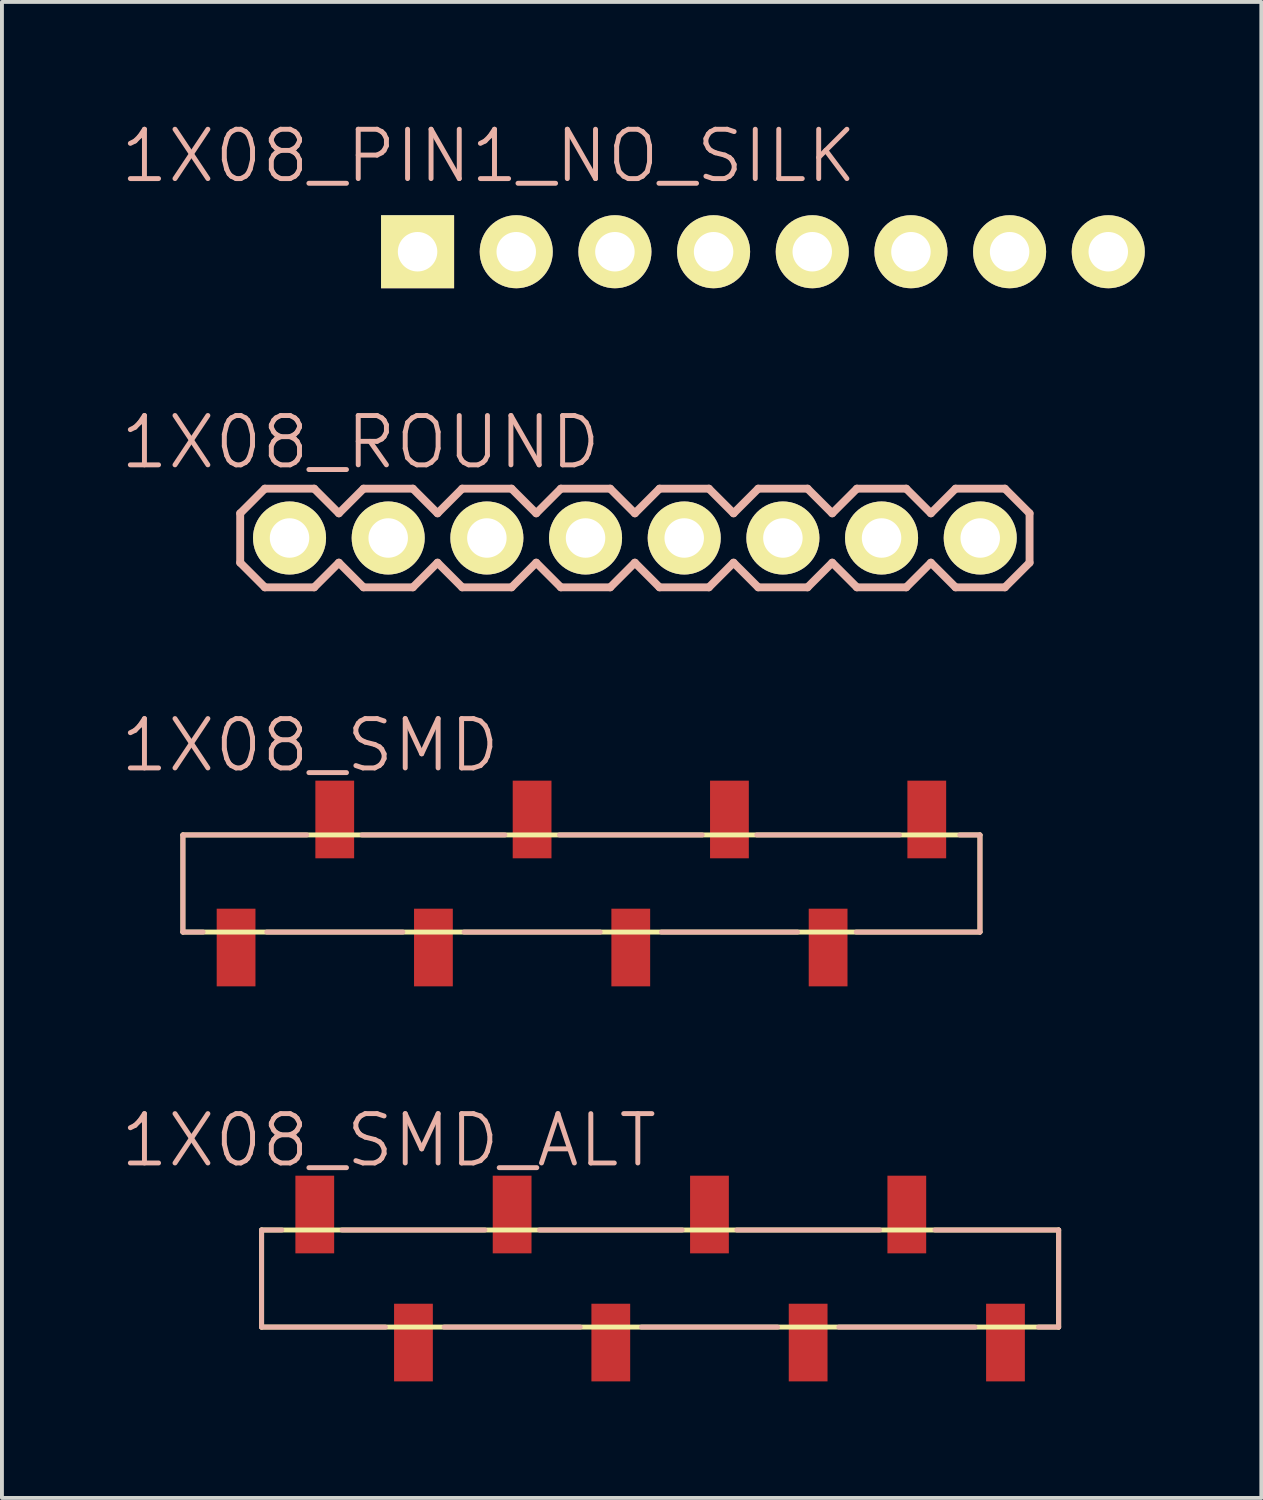
<source format=kicad_pcb>
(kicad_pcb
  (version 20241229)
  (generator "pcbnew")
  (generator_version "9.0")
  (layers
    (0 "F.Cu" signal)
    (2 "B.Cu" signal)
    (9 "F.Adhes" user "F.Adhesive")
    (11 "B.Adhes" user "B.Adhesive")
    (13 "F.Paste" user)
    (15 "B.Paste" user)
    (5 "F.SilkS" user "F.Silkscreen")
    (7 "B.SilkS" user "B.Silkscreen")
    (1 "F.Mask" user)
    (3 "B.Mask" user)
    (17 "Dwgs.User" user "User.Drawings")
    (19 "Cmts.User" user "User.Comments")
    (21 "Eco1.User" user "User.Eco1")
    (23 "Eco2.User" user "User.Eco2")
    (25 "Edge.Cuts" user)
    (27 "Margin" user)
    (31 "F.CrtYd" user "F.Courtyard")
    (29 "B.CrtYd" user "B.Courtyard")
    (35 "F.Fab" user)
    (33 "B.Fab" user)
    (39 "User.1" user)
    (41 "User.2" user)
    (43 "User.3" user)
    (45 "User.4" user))
  (footprint "1X08_ROUND"
    (layer "F.Cu")
    (at 4.403 10.799)
    (property "Reference" "1X08_ROUND" (at 1.829 -2.464 0) (layer "B.SilkS") (effects (font (size 1.27 1.27) (thickness 0.127))))
    (attr exclude_from_pos_files exclude_from_bom)
    (fp_line (start -0.254 -0.254) (end 0.254 -0.254) (stroke (width 0.066) (type solid)) (layer "F.SilkS"))
    (fp_line (start -0.254 0.254) (end -0.254 -0.254) (stroke (width 0.066) (type solid)) (layer "F.SilkS"))
    (fp_line (start -0.254 0.254) (end 0.254 0.254) (stroke (width 0.066) (type solid)) (layer "F.SilkS"))
    (fp_line (start 0.254 0.254) (end 0.254 -0.254) (stroke (width 0.066) (type solid)) (layer "F.SilkS"))
    (fp_line (start 2.286 -0.254) (end 2.794 -0.254) (stroke (width 0.066) (type solid)) (layer "F.SilkS"))
    (fp_line (start 2.286 0.254) (end 2.286 -0.254) (stroke (width 0.066) (type solid)) (layer "F.SilkS"))
    (fp_line (start 2.286 0.254) (end 2.794 0.254) (stroke (width 0.066) (type solid)) (layer "F.SilkS"))
    (fp_line (start 2.794 0.254) (end 2.794 -0.254) (stroke (width 0.066) (type solid)) (layer "F.SilkS"))
    (fp_line (start 4.826 -0.254) (end 5.334 -0.254) (stroke (width 0.066) (type solid)) (layer "F.SilkS"))
    (fp_line (start 4.826 0.254) (end 4.826 -0.254) (stroke (width 0.066) (type solid)) (layer "F.SilkS"))
    (fp_line (start 4.826 0.254) (end 5.334 0.254) (stroke (width 0.066) (type solid)) (layer "F.SilkS"))
    (fp_line (start 5.334 0.254) (end 5.334 -0.254) (stroke (width 0.066) (type solid)) (layer "F.SilkS"))
    (fp_line (start 7.366 -0.254) (end 7.874 -0.254) (stroke (width 0.066) (type solid)) (layer "F.SilkS"))
    (fp_line (start 7.366 0.254) (end 7.366 -0.254) (stroke (width 0.066) (type solid)) (layer "F.SilkS"))
    (fp_line (start 7.366 0.254) (end 7.874 0.254) (stroke (width 0.066) (type solid)) (layer "F.SilkS"))
    (fp_line (start 7.874 0.254) (end 7.874 -0.254) (stroke (width 0.066) (type solid)) (layer "F.SilkS"))
    (fp_line (start 9.906 -0.254) (end 10.414 -0.254) (stroke (width 0.066) (type solid)) (layer "F.SilkS"))
    (fp_line (start 9.906 0.254) (end 9.906 -0.254) (stroke (width 0.066) (type solid)) (layer "F.SilkS"))
    (fp_line (start 9.906 0.254) (end 10.414 0.254) (stroke (width 0.066) (type solid)) (layer "F.SilkS"))
    (fp_line (start 10.414 0.254) (end 10.414 -0.254) (stroke (width 0.066) (type solid)) (layer "F.SilkS"))
    (fp_line (start 12.446 -0.254) (end 12.954 -0.254) (stroke (width 0.066) (type solid)) (layer "F.SilkS"))
    (fp_line (start 12.446 0.254) (end 12.446 -0.254) (stroke (width 0.066) (type solid)) (layer "F.SilkS"))
    (fp_line (start 12.446 0.254) (end 12.954 0.254) (stroke (width 0.066) (type solid)) (layer "F.SilkS"))
    (fp_line (start 12.954 0.254) (end 12.954 -0.254) (stroke (width 0.066) (type solid)) (layer "F.SilkS"))
    (fp_line (start 14.986 -0.254) (end 15.494 -0.254) (stroke (width 0.066) (type solid)) (layer "F.SilkS"))
    (fp_line (start 14.986 0.254) (end 14.986 -0.254) (stroke (width 0.066) (type solid)) (layer "F.SilkS"))
    (fp_line (start 14.986 0.254) (end 15.494 0.254) (stroke (width 0.066) (type solid)) (layer "F.SilkS"))
    (fp_line (start 15.494 0.254) (end 15.494 -0.254) (stroke (width 0.066) (type solid)) (layer "F.SilkS"))
    (fp_line (start 17.523 -0.254) (end 18.034 -0.254) (stroke (width 0.066) (type solid)) (layer "F.SilkS"))
    (fp_line (start 17.523 0.254) (end 17.523 -0.254) (stroke (width 0.066) (type solid)) (layer "F.SilkS"))
    (fp_line (start 17.523 0.254) (end 18.034 0.254) (stroke (width 0.066) (type solid)) (layer "F.SilkS"))
    (fp_line (start 18.034 0.254) (end 18.034 -0.254) (stroke (width 0.066) (type solid)) (layer "F.SilkS"))
    (fp_line (start -1.27 -0.635) (end -1.27 0.635) (stroke (width 0.203) (type solid)) (layer "B.SilkS"))
    (fp_line (start -1.27 0.635) (end -0.635 1.27) (stroke (width 0.203) (type solid)) (layer "B.SilkS"))
    (fp_line (start -0.635 -1.27) (end -1.27 -0.635) (stroke (width 0.203) (type solid)) (layer "B.SilkS"))
    (fp_line (start -0.635 -1.27) (end 0.635 -1.27) (stroke (width 0.203) (type solid)) (layer "B.SilkS"))
    (fp_line (start 0.635 -1.27) (end 1.27 -0.635) (stroke (width 0.203) (type solid)) (layer "B.SilkS"))
    (fp_line (start 0.635 1.27) (end -0.635 1.27) (stroke (width 0.203) (type solid)) (layer "B.SilkS"))
    (fp_line (start 1.27 -0.635) (end 1.905 -1.27) (stroke (width 0.203) (type solid)) (layer "B.SilkS"))
    (fp_line (start 1.27 0.635) (end 0.635 1.27) (stroke (width 0.203) (type solid)) (layer "B.SilkS"))
    (fp_line (start 1.905 -1.27) (end 3.175 -1.27) (stroke (width 0.203) (type solid)) (layer "B.SilkS"))
    (fp_line (start 1.905 1.27) (end 1.27 0.635) (stroke (width 0.203) (type solid)) (layer "B.SilkS"))
    (fp_line (start 3.175 -1.27) (end 3.81 -0.635) (stroke (width 0.203) (type solid)) (layer "B.SilkS"))
    (fp_line (start 3.175 1.27) (end 1.905 1.27) (stroke (width 0.203) (type solid)) (layer "B.SilkS"))
    (fp_line (start 3.81 -0.635) (end 4.445 -1.27) (stroke (width 0.203) (type solid)) (layer "B.SilkS"))
    (fp_line (start 3.81 0.635) (end 3.175 1.27) (stroke (width 0.203) (type solid)) (layer "B.SilkS"))
    (fp_line (start 4.445 -1.27) (end 5.715 -1.27) (stroke (width 0.203) (type solid)) (layer "B.SilkS"))
    (fp_line (start 4.445 1.27) (end 3.81 0.635) (stroke (width 0.203) (type solid)) (layer "B.SilkS"))
    (fp_line (start 5.715 -1.27) (end 6.35 -0.635) (stroke (width 0.203) (type solid)) (layer "B.SilkS"))
    (fp_line (start 5.715 1.27) (end 4.445 1.27) (stroke (width 0.203) (type solid)) (layer "B.SilkS"))
    (fp_line (start 6.35 0.635) (end 5.715 1.27) (stroke (width 0.203) (type solid)) (layer "B.SilkS"))
    (fp_line (start 6.35 0.635) (end 6.985 1.27) (stroke (width 0.203) (type solid)) (layer "B.SilkS"))
    (fp_line (start 6.985 -1.27) (end 6.35 -0.635) (stroke (width 0.203) (type solid)) (layer "B.SilkS"))
    (fp_line (start 6.985 -1.27) (end 8.255 -1.27) (stroke (width 0.203) (type solid)) (layer "B.SilkS"))
    (fp_line (start 8.255 -1.27) (end 8.89 -0.635) (stroke (width 0.203) (type solid)) (layer "B.SilkS"))
    (fp_line (start 8.255 1.27) (end 6.985 1.27) (stroke (width 0.203) (type solid)) (layer "B.SilkS"))
    (fp_line (start 8.89 -0.635) (end 9.525 -1.27) (stroke (width 0.203) (type solid)) (layer "B.SilkS"))
    (fp_line (start 8.89 0.635) (end 8.255 1.27) (stroke (width 0.203) (type solid)) (layer "B.SilkS"))
    (fp_line (start 9.525 -1.27) (end 10.795 -1.27) (stroke (width 0.203) (type solid)) (layer "B.SilkS"))
    (fp_line (start 9.525 1.27) (end 8.89 0.635) (stroke (width 0.203) (type solid)) (layer "B.SilkS"))
    (fp_line (start 10.795 -1.27) (end 11.43 -0.635) (stroke (width 0.203) (type solid)) (layer "B.SilkS"))
    (fp_line (start 10.795 1.27) (end 9.525 1.27) (stroke (width 0.203) (type solid)) (layer "B.SilkS"))
    (fp_line (start 11.43 -0.635) (end 12.065 -1.27) (stroke (width 0.203) (type solid)) (layer "B.SilkS"))
    (fp_line (start 11.43 0.635) (end 10.795 1.27) (stroke (width 0.203) (type solid)) (layer "B.SilkS"))
    (fp_line (start 12.065 -1.27) (end 13.335 -1.27) (stroke (width 0.203) (type solid)) (layer "B.SilkS"))
    (fp_line (start 12.065 1.27) (end 11.43 0.635) (stroke (width 0.203) (type solid)) (layer "B.SilkS"))
    (fp_line (start 13.335 -1.27) (end 13.97 -0.635) (stroke (width 0.203) (type solid)) (layer "B.SilkS"))
    (fp_line (start 13.335 1.27) (end 12.065 1.27) (stroke (width 0.203) (type solid)) (layer "B.SilkS"))
    (fp_line (start 13.97 0.635) (end 13.335 1.27) (stroke (width 0.203) (type solid)) (layer "B.SilkS"))
    (fp_line (start 13.97 0.635) (end 14.605 1.27) (stroke (width 0.203) (type solid)) (layer "B.SilkS"))
    (fp_line (start 14.605 -1.27) (end 13.97 -0.635) (stroke (width 0.203) (type solid)) (layer "B.SilkS"))
    (fp_line (start 14.605 -1.27) (end 15.875 -1.27) (stroke (width 0.203) (type solid)) (layer "B.SilkS"))
    (fp_line (start 15.875 -1.27) (end 16.51 -0.635) (stroke (width 0.203) (type solid)) (layer "B.SilkS"))
    (fp_line (start 15.875 1.27) (end 14.605 1.27) (stroke (width 0.203) (type solid)) (layer "B.SilkS"))
    (fp_line (start 16.51 0.635) (end 15.875 1.27) (stroke (width 0.203) (type solid)) (layer "B.SilkS"))
    (fp_line (start 16.51 0.635) (end 17.145 1.27) (stroke (width 0.203) (type solid)) (layer "B.SilkS"))
    (fp_line (start 17.145 -1.27) (end 16.51 -0.635) (stroke (width 0.203) (type solid)) (layer "B.SilkS"))
    (fp_line (start 17.145 -1.27) (end 18.415 -1.27) (stroke (width 0.203) (type solid)) (layer "B.SilkS"))
    (fp_line (start 18.415 -1.27) (end 19.05 -0.635) (stroke (width 0.203) (type solid)) (layer "B.SilkS"))
    (fp_line (start 18.415 1.27) (end 17.145 1.27) (stroke (width 0.203) (type solid)) (layer "B.SilkS"))
    (fp_line (start 19.05 -0.635) (end 19.05 0.635) (stroke (width 0.203) (type solid)) (layer "B.SilkS"))
    (fp_line (start 19.05 0.635) (end 18.415 1.27) (stroke (width 0.203) (type solid)) (layer "B.SilkS"))
    (pad "1" thru_hole circle (at 0 0) (size 1.88 1.88) (drill 1.016) (layers "*.Cu" "F.Mask" "F.SilkS" "F.Paste"))
    (pad "2" thru_hole circle (at 2.54 0) (size 1.88 1.88) (drill 1.016) (layers "*.Cu" "F.Mask" "F.SilkS" "F.Paste"))
    (pad "3" thru_hole circle (at 5.08 0) (size 1.88 1.88) (drill 1.016) (layers "*.Cu" "F.Mask" "F.SilkS" "F.Paste"))
    (pad "4" thru_hole circle (at 7.62 0) (size 1.88 1.88) (drill 1.016) (layers "*.Cu" "F.Mask" "F.SilkS" "F.Paste"))
    (pad "5" thru_hole circle (at 10.16 0) (size 1.88 1.88) (drill 1.016) (layers "*.Cu" "F.Mask" "F.SilkS" "F.Paste"))
    (pad "6" thru_hole circle (at 12.7 0) (size 1.88 1.88) (drill 1.016) (layers "*.Cu" "F.Mask" "F.SilkS" "F.Paste"))
    (pad "7" thru_hole circle (at 15.24 0) (size 1.88 1.88) (drill 1.016) (layers "*.Cu" "F.Mask" "F.SilkS" "F.Paste"))
    (pad "8" thru_hole circle (at 17.78 0) (size 1.88 1.88) (drill 1.016) (layers "*.Cu" "F.Mask" "F.SilkS" "F.Paste")))
  (footprint "1X08_PIN1_NO_SILK"
    (layer "F.Cu")
    (at 7.699 3.43)
    (property "Reference" "1X08_PIN1_NO_SILK" (at 1.829 -2.464 0) (layer "B.SilkS") (effects (font (size 1.27 1.27) (thickness 0.127))))
    (attr exclude_from_pos_files exclude_from_bom)
    (fp_line (start -0.254 -0.254) (end 0.254 -0.254) (stroke (width 0.066) (type solid)) (layer "F.SilkS"))
    (fp_line (start -0.254 0.254) (end -0.254 -0.254) (stroke (width 0.066) (type solid)) (layer "F.SilkS"))
    (fp_line (start -0.254 0.254) (end 0.254 0.254) (stroke (width 0.066) (type solid)) (layer "F.SilkS"))
    (fp_line (start 0.254 0.254) (end 0.254 -0.254) (stroke (width 0.066) (type solid)) (layer "F.SilkS"))
    (fp_line (start 2.286 -0.254) (end 2.794 -0.254) (stroke (width 0.066) (type solid)) (layer "F.SilkS"))
    (fp_line (start 2.286 0.254) (end 2.286 -0.254) (stroke (width 0.066) (type solid)) (layer "F.SilkS"))
    (fp_line (start 2.286 0.254) (end 2.794 0.254) (stroke (width 0.066) (type solid)) (layer "F.SilkS"))
    (fp_line (start 2.794 0.254) (end 2.794 -0.254) (stroke (width 0.066) (type solid)) (layer "F.SilkS"))
    (fp_line (start 4.826 -0.254) (end 5.334 -0.254) (stroke (width 0.066) (type solid)) (layer "F.SilkS"))
    (fp_line (start 4.826 0.254) (end 4.826 -0.254) (stroke (width 0.066) (type solid)) (layer "F.SilkS"))
    (fp_line (start 4.826 0.254) (end 5.334 0.254) (stroke (width 0.066) (type solid)) (layer "F.SilkS"))
    (fp_line (start 5.334 0.254) (end 5.334 -0.254) (stroke (width 0.066) (type solid)) (layer "F.SilkS"))
    (fp_line (start 7.366 -0.254) (end 7.874 -0.254) (stroke (width 0.066) (type solid)) (layer "F.SilkS"))
    (fp_line (start 7.366 0.254) (end 7.366 -0.254) (stroke (width 0.066) (type solid)) (layer "F.SilkS"))
    (fp_line (start 7.366 0.254) (end 7.874 0.254) (stroke (width 0.066) (type solid)) (layer "F.SilkS"))
    (fp_line (start 7.874 0.254) (end 7.874 -0.254) (stroke (width 0.066) (type solid)) (layer "F.SilkS"))
    (fp_line (start 9.906 -0.254) (end 10.414 -0.254) (stroke (width 0.066) (type solid)) (layer "F.SilkS"))
    (fp_line (start 9.906 0.254) (end 9.906 -0.254) (stroke (width 0.066) (type solid)) (layer "F.SilkS"))
    (fp_line (start 9.906 0.254) (end 10.414 0.254) (stroke (width 0.066) (type solid)) (layer "F.SilkS"))
    (fp_line (start 10.414 0.254) (end 10.414 -0.254) (stroke (width 0.066) (type solid)) (layer "F.SilkS"))
    (fp_line (start 12.446 -0.254) (end 12.954 -0.254) (stroke (width 0.066) (type solid)) (layer "F.SilkS"))
    (fp_line (start 12.446 0.254) (end 12.446 -0.254) (stroke (width 0.066) (type solid)) (layer "F.SilkS"))
    (fp_line (start 12.446 0.254) (end 12.954 0.254) (stroke (width 0.066) (type solid)) (layer "F.SilkS"))
    (fp_line (start 12.954 0.254) (end 12.954 -0.254) (stroke (width 0.066) (type solid)) (layer "F.SilkS"))
    (fp_line (start 14.986 -0.254) (end 15.494 -0.254) (stroke (width 0.066) (type solid)) (layer "F.SilkS"))
    (fp_line (start 14.986 0.254) (end 14.986 -0.254) (stroke (width 0.066) (type solid)) (layer "F.SilkS"))
    (fp_line (start 14.986 0.254) (end 15.494 0.254) (stroke (width 0.066) (type solid)) (layer "F.SilkS"))
    (fp_line (start 15.494 0.254) (end 15.494 -0.254) (stroke (width 0.066) (type solid)) (layer "F.SilkS"))
    (fp_line (start 17.523 -0.254) (end 18.034 -0.254) (stroke (width 0.066) (type solid)) (layer "F.SilkS"))
    (fp_line (start 17.523 0.254) (end 17.523 -0.254) (stroke (width 0.066) (type solid)) (layer "F.SilkS"))
    (fp_line (start 17.523 0.254) (end 18.034 0.254) (stroke (width 0.066) (type solid)) (layer "F.SilkS"))
    (fp_line (start 18.034 0.254) (end 18.034 -0.254) (stroke (width 0.066) (type solid)) (layer "F.SilkS"))
    (pad "1" thru_hole rect (at 0 0) (size 1.88 1.88) (drill 1.016) (layers "*.Cu" "F.Mask" "F.SilkS" "F.Paste"))
    (pad "2" thru_hole circle (at 2.54 0) (size 1.88 1.88) (drill 1.016) (layers "*.Cu" "F.Mask" "F.SilkS" "F.Paste"))
    (pad "3" thru_hole circle (at 5.08 0) (size 1.88 1.88) (drill 1.016) (layers "*.Cu" "F.Mask" "F.SilkS" "F.Paste"))
    (pad "4" thru_hole circle (at 7.62 0) (size 1.88 1.88) (drill 1.016) (layers "*.Cu" "F.Mask" "F.SilkS" "F.Paste"))
    (pad "5" thru_hole circle (at 10.16 0) (size 1.88 1.88) (drill 1.016) (layers "*.Cu" "F.Mask" "F.SilkS" "F.Paste"))
    (pad "6" thru_hole circle (at 12.7 0) (size 1.88 1.88) (drill 1.016) (layers "*.Cu" "F.Mask" "F.SilkS" "F.Paste"))
    (pad "7" thru_hole circle (at 15.24 0) (size 1.88 1.88) (drill 1.016) (layers "*.Cu" "F.Mask" "F.SilkS" "F.Paste"))
    (pad "8" thru_hole circle (at 17.78 0) (size 1.88 1.88) (drill 1.016) (layers "*.Cu" "F.Mask" "F.SilkS" "F.Paste")))
  (footprint "1X08_SMD_ALT"
    (layer "F.Cu")
    (at 22.833 29.862)
    (property "Reference" "1X08_SMD_ALT" (at -15.875 -3.556 0) (layer "B.SilkS") (effects (font (size 1.27 1.27) (thickness 0.127))))
    (attr smd)
    (fp_line (start -19.149 -1.25) (end -19.149 1.25) (stroke (width 0.127) (type solid)) (layer "F.SilkS"))
    (fp_line (start -19.149 1.25) (end 1.369 1.25) (stroke (width 0.127) (type solid)) (layer "F.SilkS"))
    (fp_line (start 1.369 -1.25) (end -19.149 -1.25) (stroke (width 0.127) (type solid)) (layer "F.SilkS"))
    (fp_line (start 1.369 1.25) (end 1.369 -1.25) (stroke (width 0.127) (type solid)) (layer "F.SilkS"))
    (fp_line (start -19.149 -1.25) (end -19.149 1.25) (stroke (width 0.127) (type solid)) (layer "B.SilkS"))
    (fp_line (start -19.149 1.25) (end -15.961 1.25) (stroke (width 0.127) (type solid)) (layer "B.SilkS"))
    (fp_line (start -18.628 -1.25) (end -19.149 -1.25) (stroke (width 0.127) (type solid)) (layer "B.SilkS"))
    (fp_line (start -14.45 1.25) (end -10.947 1.25) (stroke (width 0.127) (type solid)) (layer "B.SilkS"))
    (fp_line (start -13.401 -1.25) (end -17.076 -1.25) (stroke (width 0.127) (type solid)) (layer "B.SilkS"))
    (fp_line (start -9.37 1.25) (end -5.867 1.25) (stroke (width 0.127) (type solid)) (layer "B.SilkS"))
    (fp_line (start -8.321 -1.25) (end -11.996 -1.25) (stroke (width 0.127) (type solid)) (layer "B.SilkS"))
    (fp_line (start -4.29 1.25) (end -0.787 1.25) (stroke (width 0.127) (type solid)) (layer "B.SilkS"))
    (fp_line (start -3.241 -1.25) (end -6.916 -1.25) (stroke (width 0.127) (type solid)) (layer "B.SilkS"))
    (fp_line (start 0.848 1.25) (end 1.369 1.25) (stroke (width 0.127) (type solid)) (layer "B.SilkS"))
    (fp_line (start 1.369 -1.25) (end -1.816 -1.25) (stroke (width 0.127) (type solid)) (layer "B.SilkS"))
    (fp_line (start 1.369 1.25) (end 1.369 -1.25) (stroke (width 0.127) (type solid)) (layer "B.SilkS"))
    (pad "1" smd rect (at 0 1.648 270) (size 1.999 0.998) (layers "F.Cu" "F.Mask" "F.Paste"))
    (pad "2" smd rect (at -2.54 -1.648 270) (size 1.999 0.998) (layers "F.Cu" "F.Mask" "F.Paste"))
    (pad "3" smd rect (at -5.08 1.648 270) (size 1.999 0.998) (layers "F.Cu" "F.Mask" "F.Paste"))
    (pad "4" smd rect (at -7.62 -1.648 270) (size 1.999 0.998) (layers "F.Cu" "F.Mask" "F.Paste"))
    (pad "5" smd rect (at -10.16 1.648 270) (size 1.999 0.998) (layers "F.Cu" "F.Mask" "F.Paste"))
    (pad "6" smd rect (at -12.7 -1.648 270) (size 1.999 0.998) (layers "F.Cu" "F.Mask" "F.Paste"))
    (pad "7" smd rect (at -15.24 1.648 270) (size 1.999 0.998) (layers "F.Cu" "F.Mask" "F.Paste"))
    (pad "8" smd rect (at -17.78 -1.648 270) (size 1.999 0.998) (layers "F.Cu" "F.Mask" "F.Paste")))
  (footprint "1X08_SMD"
    (layer "F.Cu")
    (at 20.807 19.693)
    (property "Reference" "1X08_SMD" (at -15.875 -3.556 0) (layer "B.SilkS") (effects (font (size 1.27 1.27) (thickness 0.127))))
    (attr smd)
    (fp_line (start -19.149 -1.25) (end -19.149 1.25) (stroke (width 0.127) (type solid)) (layer "F.SilkS"))
    (fp_line (start -19.149 1.25) (end 1.369 1.25) (stroke (width 0.127) (type solid)) (layer "F.SilkS"))
    (fp_line (start 1.369 -1.25) (end -19.149 -1.25) (stroke (width 0.127) (type solid)) (layer "F.SilkS"))
    (fp_line (start 1.369 1.25) (end 1.369 -1.25) (stroke (width 0.127) (type solid)) (layer "F.SilkS"))
    (fp_line (start -19.149 -1.25) (end -15.961 -1.25) (stroke (width 0.127) (type solid)) (layer "B.SilkS"))
    (fp_line (start -19.149 1.25) (end -19.149 -1.25) (stroke (width 0.127) (type solid)) (layer "B.SilkS"))
    (fp_line (start -18.628 1.25) (end -19.149 1.25) (stroke (width 0.127) (type solid)) (layer "B.SilkS"))
    (fp_line (start -14.536 -1.25) (end -10.861 -1.25) (stroke (width 0.127) (type solid)) (layer "B.SilkS"))
    (fp_line (start -13.487 1.25) (end -16.99 1.25) (stroke (width 0.127) (type solid)) (layer "B.SilkS"))
    (fp_line (start -9.456 -1.25) (end -5.781 -1.25) (stroke (width 0.127) (type solid)) (layer "B.SilkS"))
    (fp_line (start -8.407 1.25) (end -11.91 1.25) (stroke (width 0.127) (type solid)) (layer "B.SilkS"))
    (fp_line (start -4.376 -1.25) (end -0.701 -1.25) (stroke (width 0.127) (type solid)) (layer "B.SilkS"))
    (fp_line (start -3.327 1.25) (end -6.83 1.25) (stroke (width 0.127) (type solid)) (layer "B.SilkS"))
    (fp_line (start 0.848 -1.25) (end 1.369 -1.25) (stroke (width 0.127) (type solid)) (layer "B.SilkS"))
    (fp_line (start 1.369 -1.25) (end 1.369 1.25) (stroke (width 0.127) (type solid)) (layer "B.SilkS"))
    (fp_line (start 1.369 1.25) (end -1.816 1.25) (stroke (width 0.127) (type solid)) (layer "B.SilkS"))
    (pad "1" smd rect (at 0 -1.648 90) (size 1.999 0.998) (layers "F.Cu" "F.Mask" "F.Paste"))
    (pad "2" smd rect (at -2.54 1.648 90) (size 1.999 0.998) (layers "F.Cu" "F.Mask" "F.Paste"))
    (pad "3" smd rect (at -5.08 -1.648 90) (size 1.999 0.998) (layers "F.Cu" "F.Mask" "F.Paste"))
    (pad "4" smd rect (at -7.62 1.648 90) (size 1.999 0.998) (layers "F.Cu" "F.Mask" "F.Paste"))
    (pad "5" smd rect (at -10.16 -1.648 90) (size 1.999 0.998) (layers "F.Cu" "F.Mask" "F.Paste"))
    (pad "6" smd rect (at -12.7 1.648 90) (size 1.999 0.998) (layers "F.Cu" "F.Mask" "F.Paste"))
    (pad "7" smd rect (at -15.24 -1.648 90) (size 1.999 0.998) (layers "F.Cu" "F.Mask" "F.Paste"))
    (pad "8" smd rect (at -17.78 1.648 90) (size 1.999 0.998) (layers "F.Cu" "F.Mask" "F.Paste")))
  (gr_rect
    (start -3 -3)
    (end 29.419 35.51)
    (stroke (width 0.1) (type default))
    (fill no)
    (layer "Edge.Cuts")))
</source>
